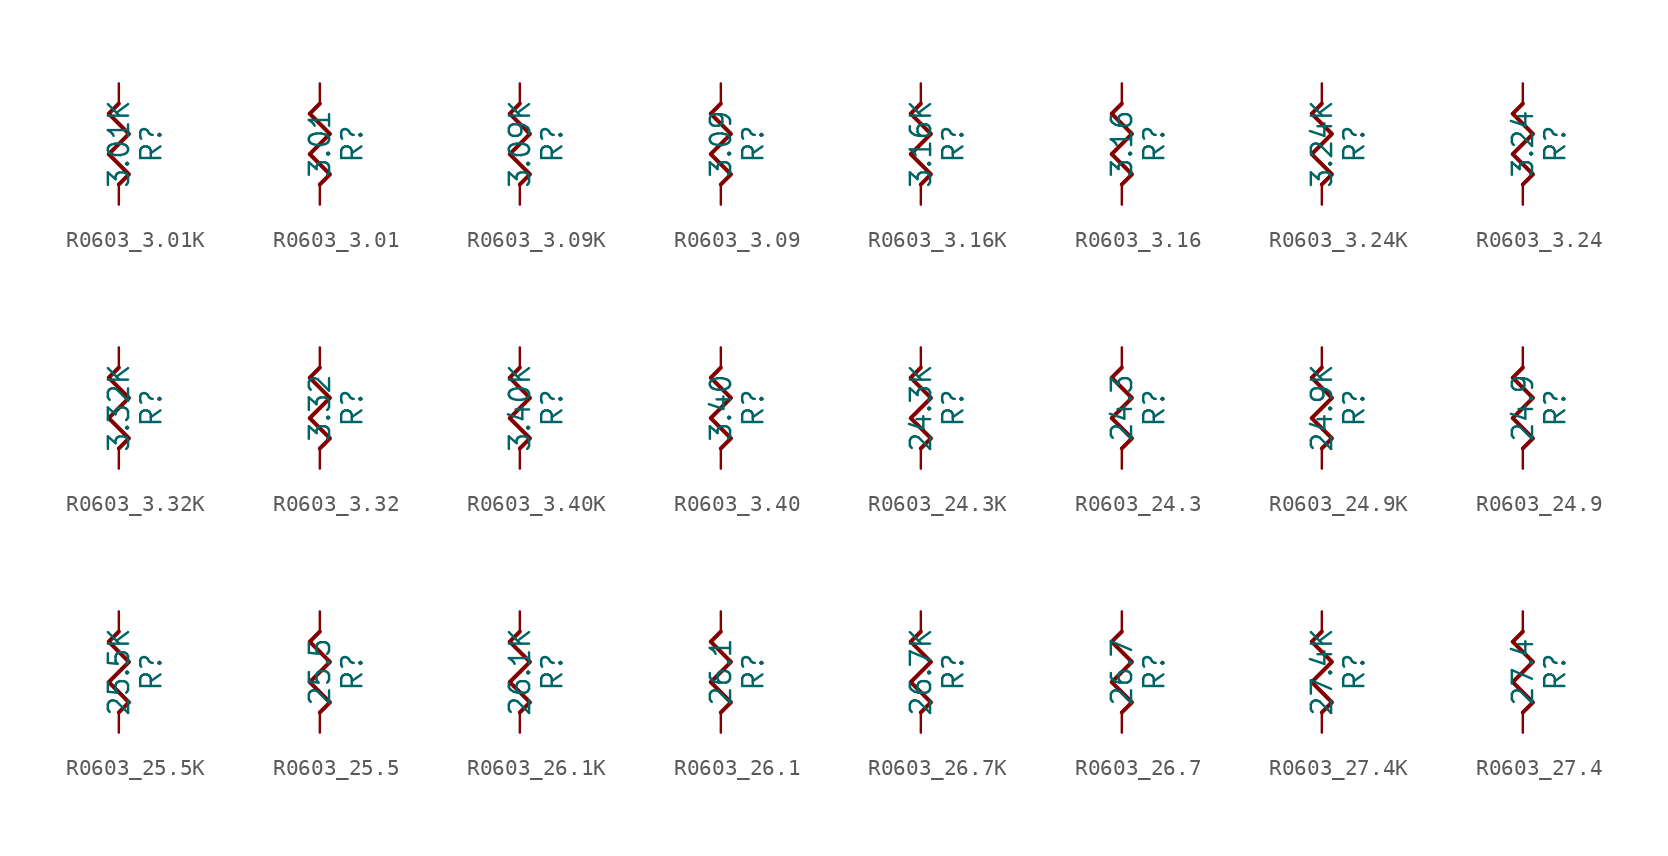
<source format=kicad_sym>
(kicad_symbol_lib
  (version 20211014)
  (generator atlantix-eda)
  (symbol "R0603_3.01K"
    (pin_numbers hide)
    (pin_names
      (offset 0))
    (property "Reference" "R"
      (at 2.032 0 90)
      (effects (font (size 1.27 1.27))))
    (property "Value" "3.01K"
      (at 0 0 90)
      (effects (font (size 1.27 1.27))))
    (symbol "R0603_3.01K_0_1"
      (polyline (pts (xy 0 -2.54) (xy 0.635 -1.905) (xy -0.635 -0.635) (xy 0.635 0.635) (xy -0.635 1.905) (xy 0 2.54)) (stroke (width 0.254) (type default) (color 0 0 0 0)) (fill (type none))))
    (symbol "R0603_3.01K_1_1"
      (pin passive line (at 0 3.81 270) (length 1.27) (name "~" (effects (font (size 1.27 1.27)))) (number "1" (effects (font (size 1.27 1.27)))))
      (pin passive line (at 0 -3.81 90) (length 1.27) (name "~" (effects (font (size 1.27 1.27)))) (number "2" (effects (font (size 1.27 1.27)))))))
  (symbol "R0603_3.01"
    (pin_numbers hide)
    (pin_names
      (offset 0))
    (property "Reference" "R"
      (at 2.032 0 90)
      (effects (font (size 1.27 1.27))))
    (property "Value" "3.01"
      (at 0 0 90)
      (effects (font (size 1.27 1.27))))
    (symbol "R0603_3.01_0_1"
      (polyline (pts (xy 0 -2.54) (xy 0.635 -1.905) (xy -0.635 -0.635) (xy 0.635 0.635) (xy -0.635 1.905) (xy 0 2.54)) (stroke (width 0.254) (type default) (color 0 0 0 0)) (fill (type none))))
    (symbol "R0603_3.01_1_1"
      (pin passive line (at 0 3.81 270) (length 1.27) (name "~" (effects (font (size 1.27 1.27)))) (number "1" (effects (font (size 1.27 1.27)))))
      (pin passive line (at 0 -3.81 90) (length 1.27) (name "~" (effects (font (size 1.27 1.27)))) (number "2" (effects (font (size 1.27 1.27)))))))
  (symbol "R0603_3.09K"
    (pin_numbers hide)
    (pin_names
      (offset 0))
    (property "Reference" "R"
      (at 2.032 0 90)
      (effects (font (size 1.27 1.27))))
    (property "Value" "3.09K"
      (at 0 0 90)
      (effects (font (size 1.27 1.27))))
    (symbol "R0603_3.09K_0_1"
      (polyline (pts (xy 0 -2.54) (xy 0.635 -1.905) (xy -0.635 -0.635) (xy 0.635 0.635) (xy -0.635 1.905) (xy 0 2.54)) (stroke (width 0.254) (type default) (color 0 0 0 0)) (fill (type none))))
    (symbol "R0603_3.09K_1_1"
      (pin passive line (at 0 3.81 270) (length 1.27) (name "~" (effects (font (size 1.27 1.27)))) (number "1" (effects (font (size 1.27 1.27)))))
      (pin passive line (at 0 -3.81 90) (length 1.27) (name "~" (effects (font (size 1.27 1.27)))) (number "2" (effects (font (size 1.27 1.27)))))))
  (symbol "R0603_3.09"
    (pin_numbers hide)
    (pin_names
      (offset 0))
    (property "Reference" "R"
      (at 2.032 0 90)
      (effects (font (size 1.27 1.27))))
    (property "Value" "3.09"
      (at 0 0 90)
      (effects (font (size 1.27 1.27))))
    (symbol "R0603_3.09_0_1"
      (polyline (pts (xy 0 -2.54) (xy 0.635 -1.905) (xy -0.635 -0.635) (xy 0.635 0.635) (xy -0.635 1.905) (xy 0 2.54)) (stroke (width 0.254) (type default) (color 0 0 0 0)) (fill (type none))))
    (symbol "R0603_3.09_1_1"
      (pin passive line (at 0 3.81 270) (length 1.27) (name "~" (effects (font (size 1.27 1.27)))) (number "1" (effects (font (size 1.27 1.27)))))
      (pin passive line (at 0 -3.81 90) (length 1.27) (name "~" (effects (font (size 1.27 1.27)))) (number "2" (effects (font (size 1.27 1.27)))))))
  (symbol "R0603_3.16K"
    (pin_numbers hide)
    (pin_names
      (offset 0))
    (property "Reference" "R"
      (at 2.032 0 90)
      (effects (font (size 1.27 1.27))))
    (property "Value" "3.16K"
      (at 0 0 90)
      (effects (font (size 1.27 1.27))))
    (symbol "R0603_3.16K_0_1"
      (polyline (pts (xy 0 -2.54) (xy 0.635 -1.905) (xy -0.635 -0.635) (xy 0.635 0.635) (xy -0.635 1.905) (xy 0 2.54)) (stroke (width 0.254) (type default) (color 0 0 0 0)) (fill (type none))))
    (symbol "R0603_3.16K_1_1"
      (pin passive line (at 0 3.81 270) (length 1.27) (name "~" (effects (font (size 1.27 1.27)))) (number "1" (effects (font (size 1.27 1.27)))))
      (pin passive line (at 0 -3.81 90) (length 1.27) (name "~" (effects (font (size 1.27 1.27)))) (number "2" (effects (font (size 1.27 1.27)))))))
  (symbol "R0603_3.16"
    (pin_numbers hide)
    (pin_names
      (offset 0))
    (property "Reference" "R"
      (at 2.032 0 90)
      (effects (font (size 1.27 1.27))))
    (property "Value" "3.16"
      (at 0 0 90)
      (effects (font (size 1.27 1.27))))
    (symbol "R0603_3.16_0_1"
      (polyline (pts (xy 0 -2.54) (xy 0.635 -1.905) (xy -0.635 -0.635) (xy 0.635 0.635) (xy -0.635 1.905) (xy 0 2.54)) (stroke (width 0.254) (type default) (color 0 0 0 0)) (fill (type none))))
    (symbol "R0603_3.16_1_1"
      (pin passive line (at 0 3.81 270) (length 1.27) (name "~" (effects (font (size 1.27 1.27)))) (number "1" (effects (font (size 1.27 1.27)))))
      (pin passive line (at 0 -3.81 90) (length 1.27) (name "~" (effects (font (size 1.27 1.27)))) (number "2" (effects (font (size 1.27 1.27)))))))
  (symbol "R0603_3.24K"
    (pin_numbers hide)
    (pin_names
      (offset 0))
    (property "Reference" "R"
      (at 2.032 0 90)
      (effects (font (size 1.27 1.27))))
    (property "Value" "3.24K"
      (at 0 0 90)
      (effects (font (size 1.27 1.27))))
    (symbol "R0603_3.24K_0_1"
      (polyline (pts (xy 0 -2.54) (xy 0.635 -1.905) (xy -0.635 -0.635) (xy 0.635 0.635) (xy -0.635 1.905) (xy 0 2.54)) (stroke (width 0.254) (type default) (color 0 0 0 0)) (fill (type none))))
    (symbol "R0603_3.24K_1_1"
      (pin passive line (at 0 3.81 270) (length 1.27) (name "~" (effects (font (size 1.27 1.27)))) (number "1" (effects (font (size 1.27 1.27)))))
      (pin passive line (at 0 -3.81 90) (length 1.27) (name "~" (effects (font (size 1.27 1.27)))) (number "2" (effects (font (size 1.27 1.27)))))))
  (symbol "R0603_3.24"
    (pin_numbers hide)
    (pin_names
      (offset 0))
    (property "Reference" "R"
      (at 2.032 0 90)
      (effects (font (size 1.27 1.27))))
    (property "Value" "3.24"
      (at 0 0 90)
      (effects (font (size 1.27 1.27))))
    (symbol "R0603_3.24_0_1"
      (polyline (pts (xy 0 -2.54) (xy 0.635 -1.905) (xy -0.635 -0.635) (xy 0.635 0.635) (xy -0.635 1.905) (xy 0 2.54)) (stroke (width 0.254) (type default) (color 0 0 0 0)) (fill (type none))))
    (symbol "R0603_3.24_1_1"
      (pin passive line (at 0 3.81 270) (length 1.27) (name "~" (effects (font (size 1.27 1.27)))) (number "1" (effects (font (size 1.27 1.27)))))
      (pin passive line (at 0 -3.81 90) (length 1.27) (name "~" (effects (font (size 1.27 1.27)))) (number "2" (effects (font (size 1.27 1.27)))))))
  (symbol "R0603_3.32K"
    (pin_numbers hide)
    (pin_names
      (offset 0))
    (property "Reference" "R"
      (at 2.032 0 90)
      (effects (font (size 1.27 1.27))))
    (property "Value" "3.32K"
      (at 0 0 90)
      (effects (font (size 1.27 1.27))))
    (symbol "R0603_3.32K_0_1"
      (polyline (pts (xy 0 -2.54) (xy 0.635 -1.905) (xy -0.635 -0.635) (xy 0.635 0.635) (xy -0.635 1.905) (xy 0 2.54)) (stroke (width 0.254) (type default) (color 0 0 0 0)) (fill (type none))))
    (symbol "R0603_3.32K_1_1"
      (pin passive line (at 0 3.81 270) (length 1.27) (name "~" (effects (font (size 1.27 1.27)))) (number "1" (effects (font (size 1.27 1.27)))))
      (pin passive line (at 0 -3.81 90) (length 1.27) (name "~" (effects (font (size 1.27 1.27)))) (number "2" (effects (font (size 1.27 1.27)))))))
  (symbol "R0603_3.32"
    (pin_numbers hide)
    (pin_names
      (offset 0))
    (property "Reference" "R"
      (at 2.032 0 90)
      (effects (font (size 1.27 1.27))))
    (property "Value" "3.32"
      (at 0 0 90)
      (effects (font (size 1.27 1.27))))
    (symbol "R0603_3.32_0_1"
      (polyline (pts (xy 0 -2.54) (xy 0.635 -1.905) (xy -0.635 -0.635) (xy 0.635 0.635) (xy -0.635 1.905) (xy 0 2.54)) (stroke (width 0.254) (type default) (color 0 0 0 0)) (fill (type none))))
    (symbol "R0603_3.32_1_1"
      (pin passive line (at 0 3.81 270) (length 1.27) (name "~" (effects (font (size 1.27 1.27)))) (number "1" (effects (font (size 1.27 1.27)))))
      (pin passive line (at 0 -3.81 90) (length 1.27) (name "~" (effects (font (size 1.27 1.27)))) (number "2" (effects (font (size 1.27 1.27)))))))
  (symbol "R0603_3.40K"
    (pin_numbers hide)
    (pin_names
      (offset 0))
    (property "Reference" "R"
      (at 2.032 0 90)
      (effects (font (size 1.27 1.27))))
    (property "Value" "3.40K"
      (at 0 0 90)
      (effects (font (size 1.27 1.27))))
    (symbol "R0603_3.40K_0_1"
      (polyline (pts (xy 0 -2.54) (xy 0.635 -1.905) (xy -0.635 -0.635) (xy 0.635 0.635) (xy -0.635 1.905) (xy 0 2.54)) (stroke (width 0.254) (type default) (color 0 0 0 0)) (fill (type none))))
    (symbol "R0603_3.40K_1_1"
      (pin passive line (at 0 3.81 270) (length 1.27) (name "~" (effects (font (size 1.27 1.27)))) (number "1" (effects (font (size 1.27 1.27)))))
      (pin passive line (at 0 -3.81 90) (length 1.27) (name "~" (effects (font (size 1.27 1.27)))) (number "2" (effects (font (size 1.27 1.27)))))))
  (symbol "R0603_3.40"
    (pin_numbers hide)
    (pin_names
      (offset 0))
    (property "Reference" "R"
      (at 2.032 0 90)
      (effects (font (size 1.27 1.27))))
    (property "Value" "3.40"
      (at 0 0 90)
      (effects (font (size 1.27 1.27))))
    (symbol "R0603_3.40_0_1"
      (polyline (pts (xy 0 -2.54) (xy 0.635 -1.905) (xy -0.635 -0.635) (xy 0.635 0.635) (xy -0.635 1.905) (xy 0 2.54)) (stroke (width 0.254) (type default) (color 0 0 0 0)) (fill (type none))))
    (symbol "R0603_3.40_1_1"
      (pin passive line (at 0 3.81 270) (length 1.27) (name "~" (effects (font (size 1.27 1.27)))) (number "1" (effects (font (size 1.27 1.27)))))
      (pin passive line (at 0 -3.81 90) (length 1.27) (name "~" (effects (font (size 1.27 1.27)))) (number "2" (effects (font (size 1.27 1.27)))))))
  (symbol "R0603_24.3K"
    (pin_numbers hide)
    (pin_names
      (offset 0))
    (property "Reference" "R"
      (at 2.032 0 90)
      (effects (font (size 1.27 1.27))))
    (property "Value" "24.3K"
      (at 0 0 90)
      (effects (font (size 1.27 1.27))))
    (symbol "R0603_24.3K_0_1"
      (polyline (pts (xy 0 -2.54) (xy 0.635 -1.905) (xy -0.635 -0.635) (xy 0.635 0.635) (xy -0.635 1.905) (xy 0 2.54)) (stroke (width 0.254) (type default) (color 0 0 0 0)) (fill (type none))))
    (symbol "R0603_24.3K_1_1"
      (pin passive line (at 0 3.81 270) (length 1.27) (name "~" (effects (font (size 1.27 1.27)))) (number "1" (effects (font (size 1.27 1.27)))))
      (pin passive line (at 0 -3.81 90) (length 1.27) (name "~" (effects (font (size 1.27 1.27)))) (number "2" (effects (font (size 1.27 1.27)))))))
  (symbol "R0603_24.3"
    (pin_numbers hide)
    (pin_names
      (offset 0))
    (property "Reference" "R"
      (at 2.032 0 90)
      (effects (font (size 1.27 1.27))))
    (property "Value" "24.3"
      (at 0 0 90)
      (effects (font (size 1.27 1.27))))
    (symbol "R0603_24.3_0_1"
      (polyline (pts (xy 0 -2.54) (xy 0.635 -1.905) (xy -0.635 -0.635) (xy 0.635 0.635) (xy -0.635 1.905) (xy 0 2.54)) (stroke (width 0.254) (type default) (color 0 0 0 0)) (fill (type none))))
    (symbol "R0603_24.3_1_1"
      (pin passive line (at 0 3.81 270) (length 1.27) (name "~" (effects (font (size 1.27 1.27)))) (number "1" (effects (font (size 1.27 1.27)))))
      (pin passive line (at 0 -3.81 90) (length 1.27) (name "~" (effects (font (size 1.27 1.27)))) (number "2" (effects (font (size 1.27 1.27)))))))
  (symbol "R0603_24.9K"
    (pin_numbers hide)
    (pin_names
      (offset 0))
    (property "Reference" "R"
      (at 2.032 0 90)
      (effects (font (size 1.27 1.27))))
    (property "Value" "24.9K"
      (at 0 0 90)
      (effects (font (size 1.27 1.27))))
    (symbol "R0603_24.9K_0_1"
      (polyline (pts (xy 0 -2.54) (xy 0.635 -1.905) (xy -0.635 -0.635) (xy 0.635 0.635) (xy -0.635 1.905) (xy 0 2.54)) (stroke (width 0.254) (type default) (color 0 0 0 0)) (fill (type none))))
    (symbol "R0603_24.9K_1_1"
      (pin passive line (at 0 3.81 270) (length 1.27) (name "~" (effects (font (size 1.27 1.27)))) (number "1" (effects (font (size 1.27 1.27)))))
      (pin passive line (at 0 -3.81 90) (length 1.27) (name "~" (effects (font (size 1.27 1.27)))) (number "2" (effects (font (size 1.27 1.27)))))))
  (symbol "R0603_24.9"
    (pin_numbers hide)
    (pin_names
      (offset 0))
    (property "Reference" "R"
      (at 2.032 0 90)
      (effects (font (size 1.27 1.27))))
    (property "Value" "24.9"
      (at 0 0 90)
      (effects (font (size 1.27 1.27))))
    (symbol "R0603_24.9_0_1"
      (polyline (pts (xy 0 -2.54) (xy 0.635 -1.905) (xy -0.635 -0.635) (xy 0.635 0.635) (xy -0.635 1.905) (xy 0 2.54)) (stroke (width 0.254) (type default) (color 0 0 0 0)) (fill (type none))))
    (symbol "R0603_24.9_1_1"
      (pin passive line (at 0 3.81 270) (length 1.27) (name "~" (effects (font (size 1.27 1.27)))) (number "1" (effects (font (size 1.27 1.27)))))
      (pin passive line (at 0 -3.81 90) (length 1.27) (name "~" (effects (font (size 1.27 1.27)))) (number "2" (effects (font (size 1.27 1.27)))))))
  (symbol "R0603_25.5K"
    (pin_numbers hide)
    (pin_names
      (offset 0))
    (property "Reference" "R"
      (at 2.032 0 90)
      (effects (font (size 1.27 1.27))))
    (property "Value" "25.5K"
      (at 0 0 90)
      (effects (font (size 1.27 1.27))))
    (symbol "R0603_25.5K_0_1"
      (polyline (pts (xy 0 -2.54) (xy 0.635 -1.905) (xy -0.635 -0.635) (xy 0.635 0.635) (xy -0.635 1.905) (xy 0 2.54)) (stroke (width 0.254) (type default) (color 0 0 0 0)) (fill (type none))))
    (symbol "R0603_25.5K_1_1"
      (pin passive line (at 0 3.81 270) (length 1.27) (name "~" (effects (font (size 1.27 1.27)))) (number "1" (effects (font (size 1.27 1.27)))))
      (pin passive line (at 0 -3.81 90) (length 1.27) (name "~" (effects (font (size 1.27 1.27)))) (number "2" (effects (font (size 1.27 1.27)))))))
  (symbol "R0603_25.5"
    (pin_numbers hide)
    (pin_names
      (offset 0))
    (property "Reference" "R"
      (at 2.032 0 90)
      (effects (font (size 1.27 1.27))))
    (property "Value" "25.5"
      (at 0 0 90)
      (effects (font (size 1.27 1.27))))
    (symbol "R0603_25.5_0_1"
      (polyline (pts (xy 0 -2.54) (xy 0.635 -1.905) (xy -0.635 -0.635) (xy 0.635 0.635) (xy -0.635 1.905) (xy 0 2.54)) (stroke (width 0.254) (type default) (color 0 0 0 0)) (fill (type none))))
    (symbol "R0603_25.5_1_1"
      (pin passive line (at 0 3.81 270) (length 1.27) (name "~" (effects (font (size 1.27 1.27)))) (number "1" (effects (font (size 1.27 1.27)))))
      (pin passive line (at 0 -3.81 90) (length 1.27) (name "~" (effects (font (size 1.27 1.27)))) (number "2" (effects (font (size 1.27 1.27)))))))
  (symbol "R0603_26.1K"
    (pin_numbers hide)
    (pin_names
      (offset 0))
    (property "Reference" "R"
      (at 2.032 0 90)
      (effects (font (size 1.27 1.27))))
    (property "Value" "26.1K"
      (at 0 0 90)
      (effects (font (size 1.27 1.27))))
    (symbol "R0603_26.1K_0_1"
      (polyline (pts (xy 0 -2.54) (xy 0.635 -1.905) (xy -0.635 -0.635) (xy 0.635 0.635) (xy -0.635 1.905) (xy 0 2.54)) (stroke (width 0.254) (type default) (color 0 0 0 0)) (fill (type none))))
    (symbol "R0603_26.1K_1_1"
      (pin passive line (at 0 3.81 270) (length 1.27) (name "~" (effects (font (size 1.27 1.27)))) (number "1" (effects (font (size 1.27 1.27)))))
      (pin passive line (at 0 -3.81 90) (length 1.27) (name "~" (effects (font (size 1.27 1.27)))) (number "2" (effects (font (size 1.27 1.27)))))))
  (symbol "R0603_26.1"
    (pin_numbers hide)
    (pin_names
      (offset 0))
    (property "Reference" "R"
      (at 2.032 0 90)
      (effects (font (size 1.27 1.27))))
    (property "Value" "26.1"
      (at 0 0 90)
      (effects (font (size 1.27 1.27))))
    (symbol "R0603_26.1_0_1"
      (polyline (pts (xy 0 -2.54) (xy 0.635 -1.905) (xy -0.635 -0.635) (xy 0.635 0.635) (xy -0.635 1.905) (xy 0 2.54)) (stroke (width 0.254) (type default) (color 0 0 0 0)) (fill (type none))))
    (symbol "R0603_26.1_1_1"
      (pin passive line (at 0 3.81 270) (length 1.27) (name "~" (effects (font (size 1.27 1.27)))) (number "1" (effects (font (size 1.27 1.27)))))
      (pin passive line (at 0 -3.81 90) (length 1.27) (name "~" (effects (font (size 1.27 1.27)))) (number "2" (effects (font (size 1.27 1.27)))))))
  (symbol "R0603_26.7K"
    (pin_numbers hide)
    (pin_names
      (offset 0))
    (property "Reference" "R"
      (at 2.032 0 90)
      (effects (font (size 1.27 1.27))))
    (property "Value" "26.7K"
      (at 0 0 90)
      (effects (font (size 1.27 1.27))))
    (symbol "R0603_26.7K_0_1"
      (polyline (pts (xy 0 -2.54) (xy 0.635 -1.905) (xy -0.635 -0.635) (xy 0.635 0.635) (xy -0.635 1.905) (xy 0 2.54)) (stroke (width 0.254) (type default) (color 0 0 0 0)) (fill (type none))))
    (symbol "R0603_26.7K_1_1"
      (pin passive line (at 0 3.81 270) (length 1.27) (name "~" (effects (font (size 1.27 1.27)))) (number "1" (effects (font (size 1.27 1.27)))))
      (pin passive line (at 0 -3.81 90) (length 1.27) (name "~" (effects (font (size 1.27 1.27)))) (number "2" (effects (font (size 1.27 1.27)))))))
  (symbol "R0603_26.7"
    (pin_numbers hide)
    (pin_names
      (offset 0))
    (property "Reference" "R"
      (at 2.032 0 90)
      (effects (font (size 1.27 1.27))))
    (property "Value" "26.7"
      (at 0 0 90)
      (effects (font (size 1.27 1.27))))
    (symbol "R0603_26.7_0_1"
      (polyline (pts (xy 0 -2.54) (xy 0.635 -1.905) (xy -0.635 -0.635) (xy 0.635 0.635) (xy -0.635 1.905) (xy 0 2.54)) (stroke (width 0.254) (type default) (color 0 0 0 0)) (fill (type none))))
    (symbol "R0603_26.7_1_1"
      (pin passive line (at 0 3.81 270) (length 1.27) (name "~" (effects (font (size 1.27 1.27)))) (number "1" (effects (font (size 1.27 1.27)))))
      (pin passive line (at 0 -3.81 90) (length 1.27) (name "~" (effects (font (size 1.27 1.27)))) (number "2" (effects (font (size 1.27 1.27)))))))
  (symbol "R0603_27.4K"
    (pin_numbers hide)
    (pin_names
      (offset 0))
    (property "Reference" "R"
      (at 2.032 0 90)
      (effects (font (size 1.27 1.27))))
    (property "Value" "27.4K"
      (at 0 0 90)
      (effects (font (size 1.27 1.27))))
    (symbol "R0603_27.4K_0_1"
      (polyline (pts (xy 0 -2.54) (xy 0.635 -1.905) (xy -0.635 -0.635) (xy 0.635 0.635) (xy -0.635 1.905) (xy 0 2.54)) (stroke (width 0.254) (type default) (color 0 0 0 0)) (fill (type none))))
    (symbol "R0603_27.4K_1_1"
      (pin passive line (at 0 3.81 270) (length 1.27) (name "~" (effects (font (size 1.27 1.27)))) (number "1" (effects (font (size 1.27 1.27)))))
      (pin passive line (at 0 -3.81 90) (length 1.27) (name "~" (effects (font (size 1.27 1.27)))) (number "2" (effects (font (size 1.27 1.27)))))))
  (symbol "R0603_27.4"
    (pin_numbers hide)
    (pin_names
      (offset 0))
    (property "Reference" "R"
      (at 2.032 0 90)
      (effects (font (size 1.27 1.27))))
    (property "Value" "27.4"
      (at 0 0 90)
      (effects (font (size 1.27 1.27))))
    (symbol "R0603_27.4_0_1"
      (polyline (pts (xy 0 -2.54) (xy 0.635 -1.905) (xy -0.635 -0.635) (xy 0.635 0.635) (xy -0.635 1.905) (xy 0 2.54)) (stroke (width 0.254) (type default) (color 0 0 0 0)) (fill (type none))))
    (symbol "R0603_27.4_1_1"
      (pin passive line (at 0 3.81 270) (length 1.27) (name "~" (effects (font (size 1.27 1.27)))) (number "1" (effects (font (size 1.27 1.27)))))
      (pin passive line (at 0 -3.81 90) (length 1.27) (name "~" (effects (font (size 1.27 1.27)))) (number "2" (effects (font (size 1.27 1.27))))))))
</source>
